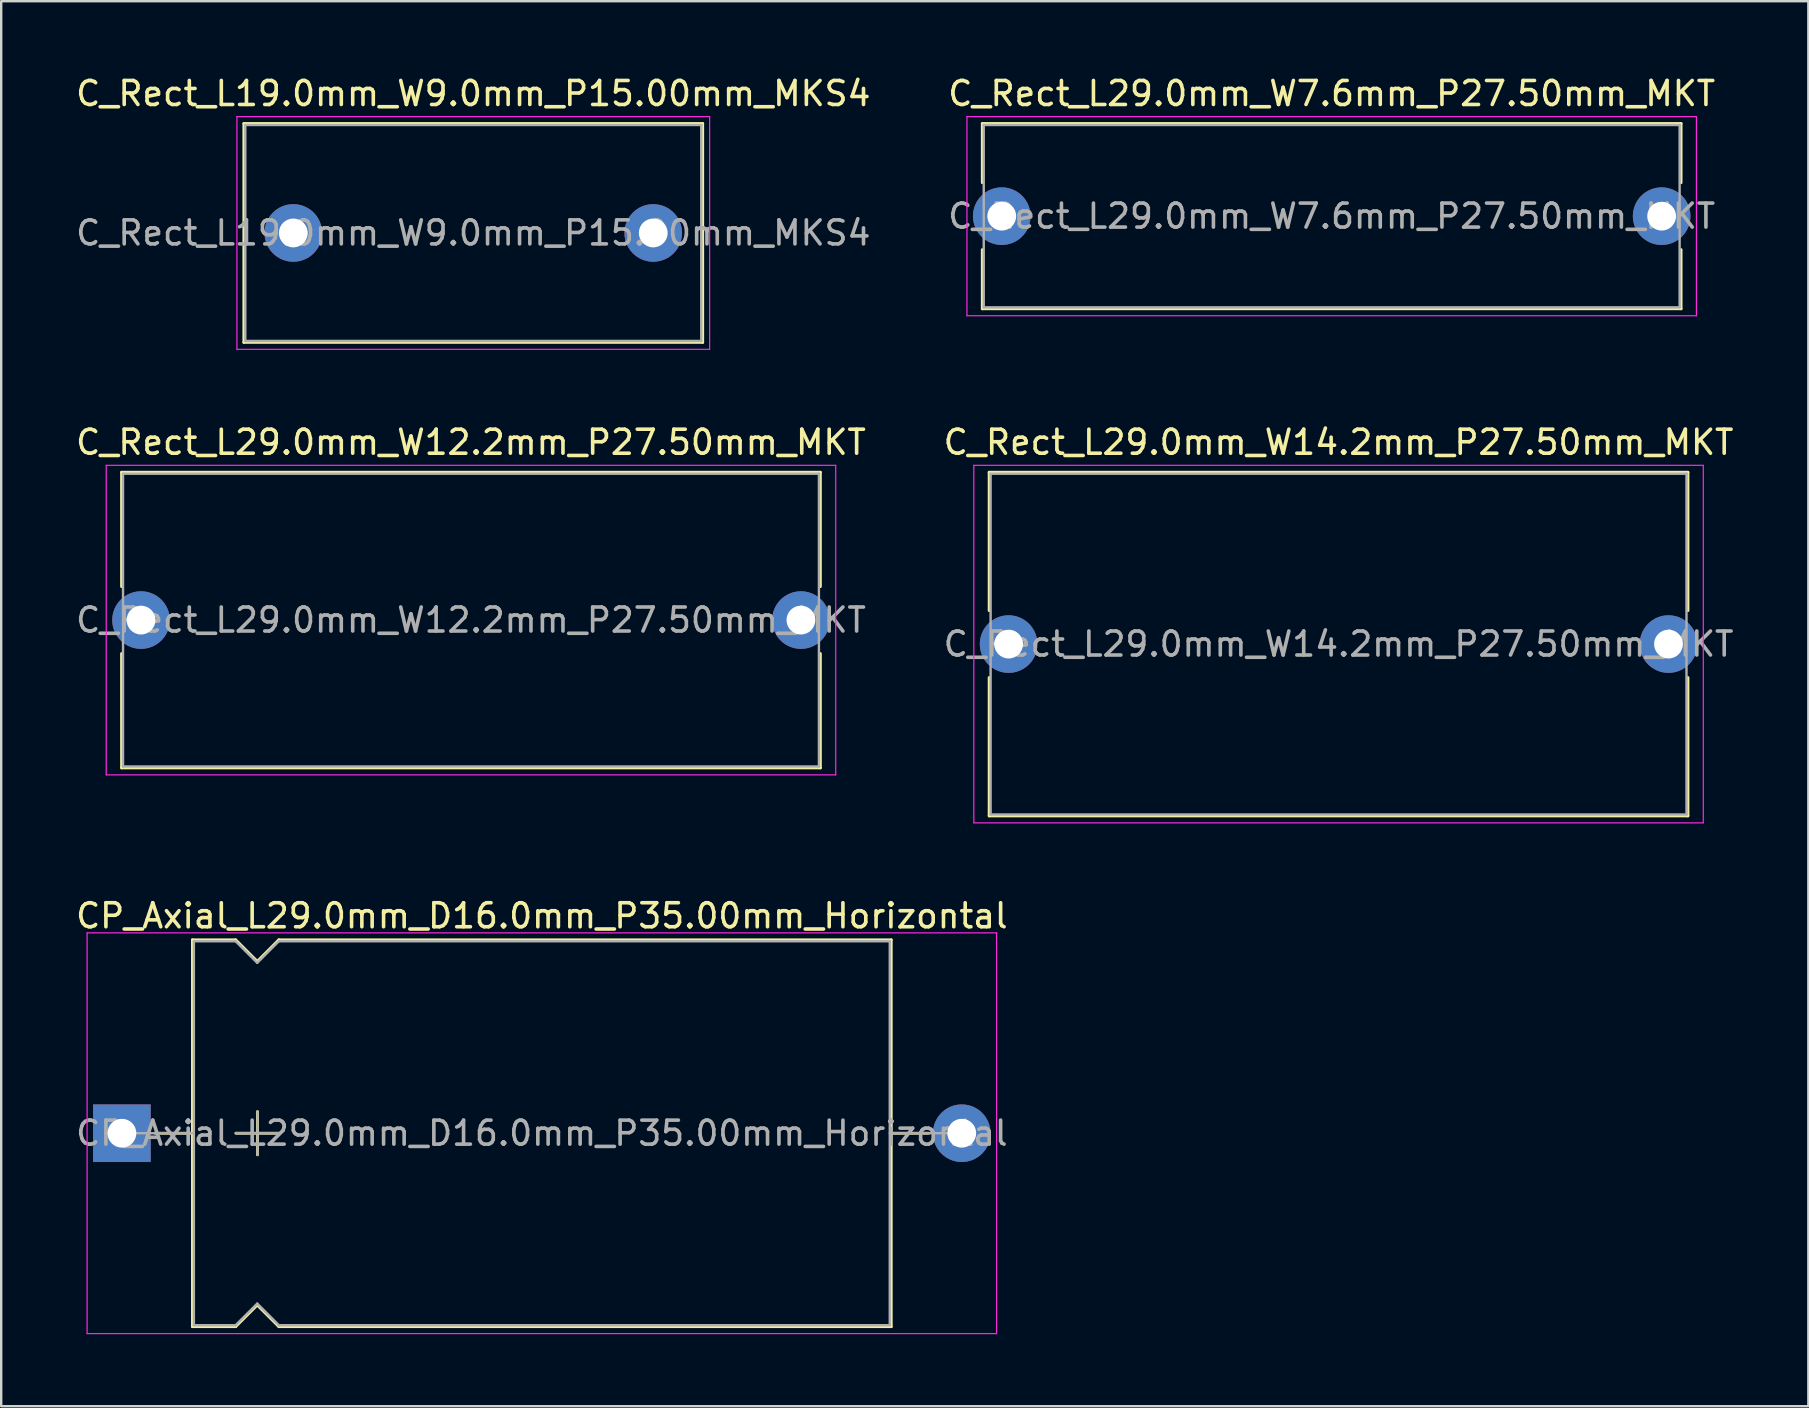
<source format=kicad_pcb>
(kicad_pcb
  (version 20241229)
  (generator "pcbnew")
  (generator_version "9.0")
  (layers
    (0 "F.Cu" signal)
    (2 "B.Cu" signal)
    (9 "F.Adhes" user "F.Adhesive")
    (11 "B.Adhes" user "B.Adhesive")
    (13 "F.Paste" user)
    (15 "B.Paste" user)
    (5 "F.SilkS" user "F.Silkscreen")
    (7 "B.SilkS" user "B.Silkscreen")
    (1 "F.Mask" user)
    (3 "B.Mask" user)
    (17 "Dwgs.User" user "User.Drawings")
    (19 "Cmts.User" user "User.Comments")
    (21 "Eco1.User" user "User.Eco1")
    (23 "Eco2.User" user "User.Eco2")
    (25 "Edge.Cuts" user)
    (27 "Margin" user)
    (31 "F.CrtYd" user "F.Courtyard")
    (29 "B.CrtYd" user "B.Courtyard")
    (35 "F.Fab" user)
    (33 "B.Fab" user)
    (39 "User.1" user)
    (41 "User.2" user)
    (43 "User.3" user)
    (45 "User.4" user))
  (footprint "C_Rect_L29.0mm_W12.2mm_P27.50mm_MKT"
    (layer "F.Cu")
    (at 2.827 22.791)
    (property "Reference" "C_Rect_L29.0mm_W12.2mm_P27.50mm_MKT" (at 13.75 -7.41 0) (layer "F.SilkS") (effects (font (size 1 1) (thickness 0.15))))
    (attr through_hole)
    (fp_line (start -0.81 -6.16) (end -0.81 -1.395) (stroke (width 0.12) (type solid)) (layer "F.SilkS"))
    (fp_line (start -0.81 -6.16) (end 28.31 -6.16) (stroke (width 0.12) (type solid)) (layer "F.SilkS"))
    (fp_line (start -0.81 1.395) (end -0.81 6.16) (stroke (width 0.12) (type solid)) (layer "F.SilkS"))
    (fp_line (start -0.81 6.16) (end 28.31 6.16) (stroke (width 0.12) (type solid)) (layer "F.SilkS"))
    (fp_line (start 28.31 -6.16) (end 28.31 -1.395) (stroke (width 0.12) (type solid)) (layer "F.SilkS"))
    (fp_line (start 28.31 1.395) (end 28.31 6.16) (stroke (width 0.12) (type solid)) (layer "F.SilkS"))
    (fp_line (start -1.45 -6.45) (end -1.45 6.45) (stroke (width 0.05) (type solid)) (layer "F.CrtYd"))
    (fp_line (start -1.45 6.45) (end 28.95 6.45) (stroke (width 0.05) (type solid)) (layer "F.CrtYd"))
    (fp_line (start 28.95 -6.45) (end -1.45 -6.45) (stroke (width 0.05) (type solid)) (layer "F.CrtYd"))
    (fp_line (start 28.95 6.45) (end 28.95 -6.45) (stroke (width 0.05) (type solid)) (layer "F.CrtYd"))
    (fp_line (start -0.75 -6.1) (end -0.75 6.1) (stroke (width 0.1) (type solid)) (layer "F.Fab"))
    (fp_line (start -0.75 6.1) (end 28.25 6.1) (stroke (width 0.1) (type solid)) (layer "F.Fab"))
    (fp_line (start 28.25 -6.1) (end -0.75 -6.1) (stroke (width 0.1) (type solid)) (layer "F.Fab"))
    (fp_line (start 28.25 6.1) (end 28.25 -6.1) (stroke (width 0.1) (type solid)) (layer "F.Fab"))
    (fp_text user "${REFERENCE}" (at 13.75 0 0) (layer "F.Fab") (effects (font (size 1 1) (thickness 0.15))))
    (pad "1" thru_hole circle (at 0 0) (size 2.4 2.4) (drill 1.2) (layers "*.Cu" "*.Mask"))
    (pad "2" thru_hole circle (at 27.5 0) (size 2.4 2.4) (drill 1.2) (layers "*.Cu" "*.Mask")))
  (footprint "C_Rect_L19.0mm_W9.0mm_P15.00mm_MKS4"
    (layer "F.Cu")
    (at 9.173 6.658)
    (property "Reference" "C_Rect_L19.0mm_W9.0mm_P15.00mm_MKS4" (at 7.5 -5.81 0) (layer "F.SilkS") (effects (font (size 1 1) (thickness 0.15))))
    (attr through_hole)
    (fp_line (start -2.06 -4.56) (end -2.06 4.56) (stroke (width 0.12) (type solid)) (layer "F.SilkS"))
    (fp_line (start -2.06 -4.56) (end 17.06 -4.56) (stroke (width 0.12) (type solid)) (layer "F.SilkS"))
    (fp_line (start -2.06 4.56) (end 17.06 4.56) (stroke (width 0.12) (type solid)) (layer "F.SilkS"))
    (fp_line (start 17.06 -4.56) (end 17.06 4.56) (stroke (width 0.12) (type solid)) (layer "F.SilkS"))
    (fp_line (start -2.35 -4.85) (end -2.35 4.85) (stroke (width 0.05) (type solid)) (layer "F.CrtYd"))
    (fp_line (start -2.35 4.85) (end 17.35 4.85) (stroke (width 0.05) (type solid)) (layer "F.CrtYd"))
    (fp_line (start 17.35 -4.85) (end -2.35 -4.85) (stroke (width 0.05) (type solid)) (layer "F.CrtYd"))
    (fp_line (start 17.35 4.85) (end 17.35 -4.85) (stroke (width 0.05) (type solid)) (layer "F.CrtYd"))
    (fp_line (start -2 -4.5) (end -2 4.5) (stroke (width 0.1) (type solid)) (layer "F.Fab"))
    (fp_line (start -2 4.5) (end 17 4.5) (stroke (width 0.1) (type solid)) (layer "F.Fab"))
    (fp_line (start 17 -4.5) (end -2 -4.5) (stroke (width 0.1) (type solid)) (layer "F.Fab"))
    (fp_line (start 17 4.5) (end 17 -4.5) (stroke (width 0.1) (type solid)) (layer "F.Fab"))
    (fp_text user "${REFERENCE}" (at 7.5 0 0) (layer "F.Fab") (effects (font (size 1 1) (thickness 0.15))))
    (pad "1" thru_hole circle (at 0 0) (size 2.4 2.4) (drill 1.2) (layers "*.Cu" "*.Mask"))
    (pad "2" thru_hole circle (at 15 0) (size 2.4 2.4) (drill 1.2) (layers "*.Cu" "*.Mask")))
  (footprint "CP_Axial_L29.0mm_D16.0mm_P35.00mm_Horizontal"
    (layer "F.Cu")
    (at 2.03 44.175)
    (property "Reference" "CP_Axial_L29.0mm_D16.0mm_P35.00mm_Horizontal" (at 17.5 -9.06 0) (layer "F.SilkS") (effects (font (size 1 1) (thickness 0.15))))
    (attr through_hole)
    (fp_line (start 1.38 0) (end 2.94 0) (stroke (width 0.12) (type solid)) (layer "F.SilkS"))
    (fp_line (start 2.94 -8.06) (end 2.94 8.06) (stroke (width 0.12) (type solid)) (layer "F.SilkS"))
    (fp_line (start 2.94 -8.06) (end 4.74 -8.06) (stroke (width 0.12) (type solid)) (layer "F.SilkS"))
    (fp_line (start 2.94 8.06) (end 4.74 8.06) (stroke (width 0.12) (type solid)) (layer "F.SilkS"))
    (fp_line (start 4.74 -8.06) (end 5.64 -7.16) (stroke (width 0.12) (type solid)) (layer "F.SilkS"))
    (fp_line (start 4.74 8.06) (end 5.64 7.16) (stroke (width 0.12) (type solid)) (layer "F.SilkS"))
    (fp_line (start 4.75 0) (end 6.55 0) (stroke (width 0.12) (type solid)) (layer "F.SilkS"))
    (fp_line (start 5.64 -7.16) (end 6.54 -8.06) (stroke (width 0.12) (type solid)) (layer "F.SilkS"))
    (fp_line (start 5.64 7.16) (end 6.54 8.06) (stroke (width 0.12) (type solid)) (layer "F.SilkS"))
    (fp_line (start 5.65 -0.9) (end 5.65 0.9) (stroke (width 0.12) (type solid)) (layer "F.SilkS"))
    (fp_line (start 6.54 -8.06) (end 32.06 -8.06) (stroke (width 0.12) (type solid)) (layer "F.SilkS"))
    (fp_line (start 6.54 8.06) (end 32.06 8.06) (stroke (width 0.12) (type solid)) (layer "F.SilkS"))
    (fp_line (start 32.06 -8.06) (end 32.06 8.06) (stroke (width 0.12) (type solid)) (layer "F.SilkS"))
    (fp_line (start 33.62 0) (end 32.06 0) (stroke (width 0.12) (type solid)) (layer "F.SilkS"))
    (fp_line (start -1.45 -8.35) (end -1.45 8.35) (stroke (width 0.05) (type solid)) (layer "F.CrtYd"))
    (fp_line (start -1.45 8.35) (end 36.45 8.35) (stroke (width 0.05) (type solid)) (layer "F.CrtYd"))
    (fp_line (start 36.45 -8.35) (end -1.45 -8.35) (stroke (width 0.05) (type solid)) (layer "F.CrtYd"))
    (fp_line (start 36.45 8.35) (end 36.45 -8.35) (stroke (width 0.05) (type solid)) (layer "F.CrtYd"))
    (fp_line (start 0 0) (end 3 0) (stroke (width 0.1) (type solid)) (layer "F.Fab"))
    (fp_line (start 3 -8) (end 3 8) (stroke (width 0.1) (type solid)) (layer "F.Fab"))
    (fp_line (start 3 -8) (end 4.74 -8) (stroke (width 0.1) (type solid)) (layer "F.Fab"))
    (fp_line (start 3 8) (end 4.74 8) (stroke (width 0.1) (type solid)) (layer "F.Fab"))
    (fp_line (start 4.74 -8) (end 5.64 -7.1) (stroke (width 0.1) (type solid)) (layer "F.Fab"))
    (fp_line (start 4.74 8) (end 5.64 7.1) (stroke (width 0.1) (type solid)) (layer "F.Fab"))
    (fp_line (start 4.75 0) (end 6.55 0) (stroke (width 0.1) (type solid)) (layer "F.Fab"))
    (fp_line (start 5.64 -7.1) (end 6.54 -8) (stroke (width 0.1) (type solid)) (layer "F.Fab"))
    (fp_line (start 5.64 7.1) (end 6.54 8) (stroke (width 0.1) (type solid)) (layer "F.Fab"))
    (fp_line (start 5.65 -0.9) (end 5.65 0.9) (stroke (width 0.1) (type solid)) (layer "F.Fab"))
    (fp_line (start 6.54 -8) (end 32 -8) (stroke (width 0.1) (type solid)) (layer "F.Fab"))
    (fp_line (start 6.54 8) (end 32 8) (stroke (width 0.1) (type solid)) (layer "F.Fab"))
    (fp_line (start 32 -8) (end 32 8) (stroke (width 0.1) (type solid)) (layer "F.Fab"))
    (fp_line (start 35 0) (end 32 0) (stroke (width 0.1) (type solid)) (layer "F.Fab"))
    (fp_text user "${REFERENCE}" (at 17.5 0 0) (layer "F.Fab") (effects (font (size 1 1) (thickness 0.15))))
    (pad "1" thru_hole rect (at 0 0) (size 2.4 2.4) (drill 1.2) (layers "*.Cu" "*.Mask"))
    (pad "2" thru_hole oval (at 35 0) (size 2.4 2.4) (drill 1.2) (layers "*.Cu" "*.Mask")))
  (footprint "C_Rect_L29.0mm_W14.2mm_P27.50mm_MKT"
    (layer "F.Cu")
    (at 38.982 23.791)
    (property "Reference" "C_Rect_L29.0mm_W14.2mm_P27.50mm_MKT" (at 13.75 -8.41 0) (layer "F.SilkS") (effects (font (size 1 1) (thickness 0.15))))
    (attr through_hole)
    (fp_line (start -0.81 -7.16) (end -0.81 -1.395) (stroke (width 0.12) (type solid)) (layer "F.SilkS"))
    (fp_line (start -0.81 -7.16) (end 28.31 -7.16) (stroke (width 0.12) (type solid)) (layer "F.SilkS"))
    (fp_line (start -0.81 1.395) (end -0.81 7.16) (stroke (width 0.12) (type solid)) (layer "F.SilkS"))
    (fp_line (start -0.81 7.16) (end 28.31 7.16) (stroke (width 0.12) (type solid)) (layer "F.SilkS"))
    (fp_line (start 28.31 -7.16) (end 28.31 -1.395) (stroke (width 0.12) (type solid)) (layer "F.SilkS"))
    (fp_line (start 28.31 1.395) (end 28.31 7.16) (stroke (width 0.12) (type solid)) (layer "F.SilkS"))
    (fp_line (start -1.45 -7.45) (end -1.45 7.45) (stroke (width 0.05) (type solid)) (layer "F.CrtYd"))
    (fp_line (start -1.45 7.45) (end 28.95 7.45) (stroke (width 0.05) (type solid)) (layer "F.CrtYd"))
    (fp_line (start 28.95 -7.45) (end -1.45 -7.45) (stroke (width 0.05) (type solid)) (layer "F.CrtYd"))
    (fp_line (start 28.95 7.45) (end 28.95 -7.45) (stroke (width 0.05) (type solid)) (layer "F.CrtYd"))
    (fp_line (start -0.75 -7.1) (end -0.75 7.1) (stroke (width 0.1) (type solid)) (layer "F.Fab"))
    (fp_line (start -0.75 7.1) (end 28.25 7.1) (stroke (width 0.1) (type solid)) (layer "F.Fab"))
    (fp_line (start 28.25 -7.1) (end -0.75 -7.1) (stroke (width 0.1) (type solid)) (layer "F.Fab"))
    (fp_line (start 28.25 7.1) (end 28.25 -7.1) (stroke (width 0.1) (type solid)) (layer "F.Fab"))
    (fp_text user "${REFERENCE}" (at 13.75 0 0) (layer "F.Fab") (effects (font (size 1 1) (thickness 0.15))))
    (pad "1" thru_hole circle (at 0 0) (size 2.4 2.4) (drill 1.2) (layers "*.Cu" "*.Mask"))
    (pad "2" thru_hole circle (at 27.5 0) (size 2.4 2.4) (drill 1.2) (layers "*.Cu" "*.Mask")))
  (footprint "C_Rect_L29.0mm_W7.6mm_P27.50mm_MKT"
    (layer "F.Cu")
    (at 38.696 5.958)
    (property "Reference" "C_Rect_L29.0mm_W7.6mm_P27.50mm_MKT" (at 13.75 -5.11 0) (layer "F.SilkS") (effects (font (size 1 1) (thickness 0.15))))
    (attr through_hole)
    (fp_line (start -0.81 -3.86) (end -0.81 -1.395) (stroke (width 0.12) (type solid)) (layer "F.SilkS"))
    (fp_line (start -0.81 -3.86) (end 28.31 -3.86) (stroke (width 0.12) (type solid)) (layer "F.SilkS"))
    (fp_line (start -0.81 1.395) (end -0.81 3.86) (stroke (width 0.12) (type solid)) (layer "F.SilkS"))
    (fp_line (start -0.81 3.86) (end 28.31 3.86) (stroke (width 0.12) (type solid)) (layer "F.SilkS"))
    (fp_line (start 28.31 -3.86) (end 28.31 -1.395) (stroke (width 0.12) (type solid)) (layer "F.SilkS"))
    (fp_line (start 28.31 1.395) (end 28.31 3.86) (stroke (width 0.12) (type solid)) (layer "F.SilkS"))
    (fp_line (start -1.45 -4.15) (end -1.45 4.15) (stroke (width 0.05) (type solid)) (layer "F.CrtYd"))
    (fp_line (start -1.45 4.15) (end 28.95 4.15) (stroke (width 0.05) (type solid)) (layer "F.CrtYd"))
    (fp_line (start 28.95 -4.15) (end -1.45 -4.15) (stroke (width 0.05) (type solid)) (layer "F.CrtYd"))
    (fp_line (start 28.95 4.15) (end 28.95 -4.15) (stroke (width 0.05) (type solid)) (layer "F.CrtYd"))
    (fp_line (start -0.75 -3.8) (end -0.75 3.8) (stroke (width 0.1) (type solid)) (layer "F.Fab"))
    (fp_line (start -0.75 3.8) (end 28.25 3.8) (stroke (width 0.1) (type solid)) (layer "F.Fab"))
    (fp_line (start 28.25 -3.8) (end -0.75 -3.8) (stroke (width 0.1) (type solid)) (layer "F.Fab"))
    (fp_line (start 28.25 3.8) (end 28.25 -3.8) (stroke (width 0.1) (type solid)) (layer "F.Fab"))
    (fp_text user "${REFERENCE}" (at 13.75 0 0) (layer "F.Fab") (effects (font (size 1 1) (thickness 0.15))))
    (pad "1" thru_hole circle (at 0 0) (size 2.4 2.4) (drill 1.2) (layers "*.Cu" "*.Mask"))
    (pad "2" thru_hole circle (at 27.5 0) (size 2.4 2.4) (drill 1.2) (layers "*.Cu" "*.Mask")))
  (gr_rect
    (start -3 -3)
    (end 72.31 55.55)
    (stroke (width 0.1) (type default))
    (fill no)
    (layer "Edge.Cuts")))
</source>
